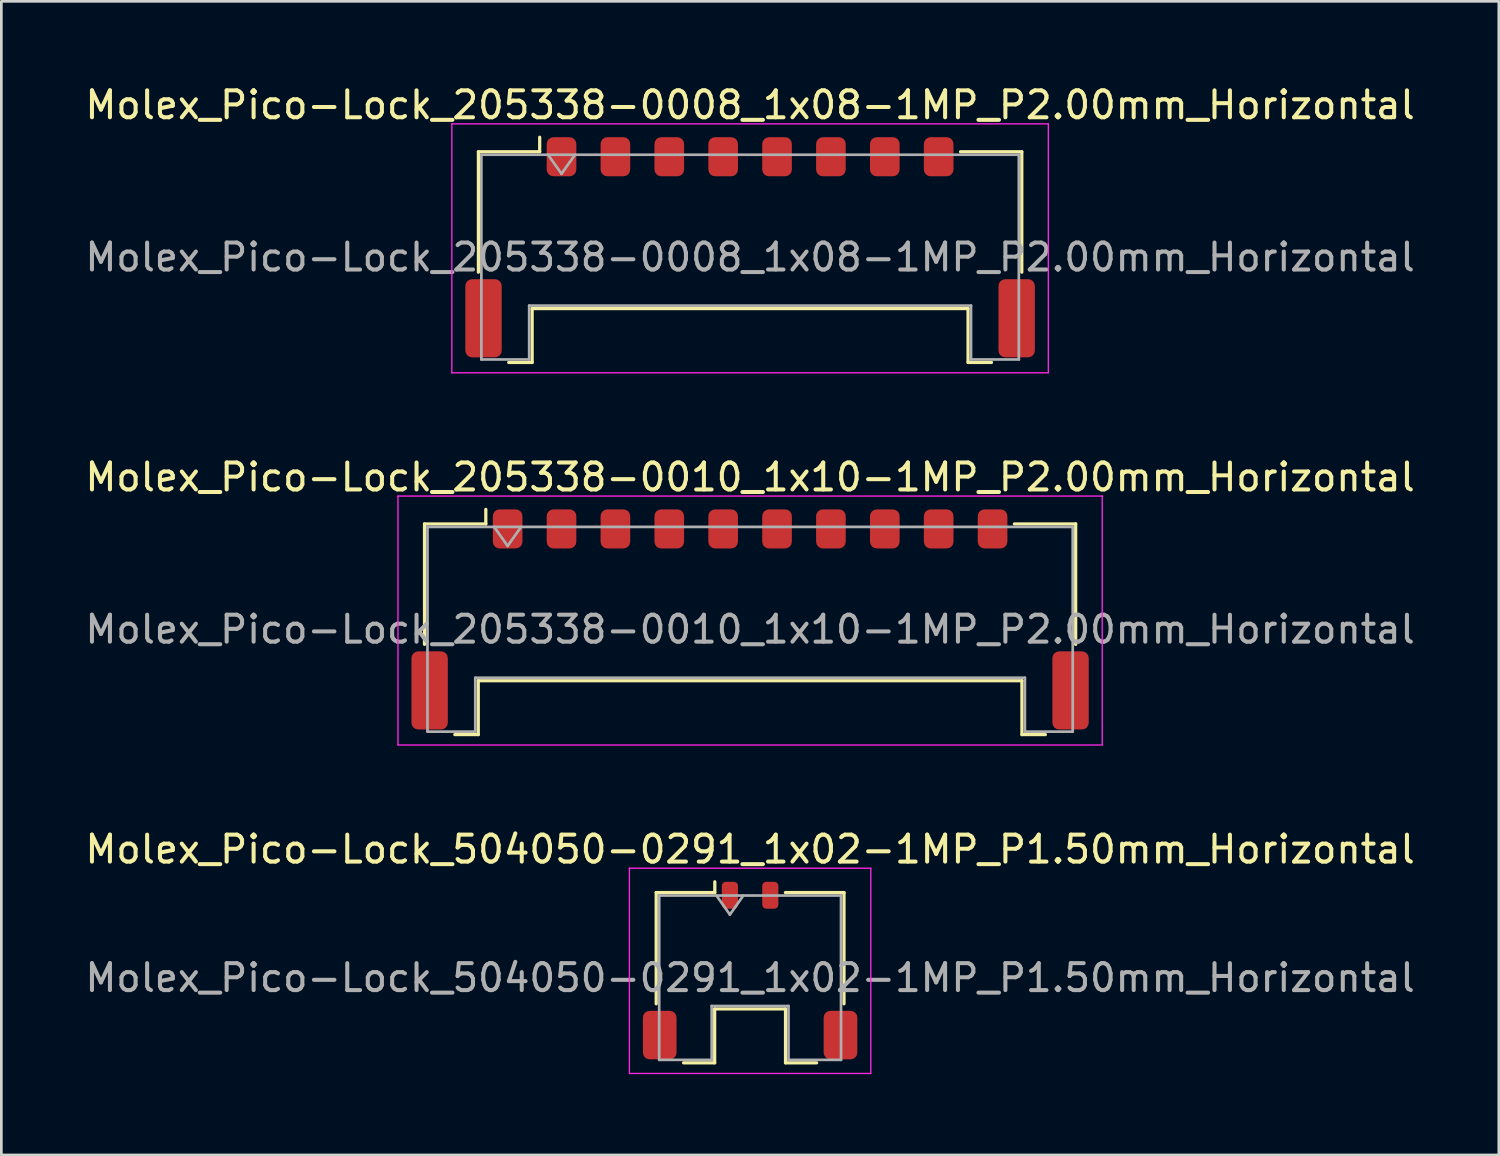
<source format=kicad_pcb>
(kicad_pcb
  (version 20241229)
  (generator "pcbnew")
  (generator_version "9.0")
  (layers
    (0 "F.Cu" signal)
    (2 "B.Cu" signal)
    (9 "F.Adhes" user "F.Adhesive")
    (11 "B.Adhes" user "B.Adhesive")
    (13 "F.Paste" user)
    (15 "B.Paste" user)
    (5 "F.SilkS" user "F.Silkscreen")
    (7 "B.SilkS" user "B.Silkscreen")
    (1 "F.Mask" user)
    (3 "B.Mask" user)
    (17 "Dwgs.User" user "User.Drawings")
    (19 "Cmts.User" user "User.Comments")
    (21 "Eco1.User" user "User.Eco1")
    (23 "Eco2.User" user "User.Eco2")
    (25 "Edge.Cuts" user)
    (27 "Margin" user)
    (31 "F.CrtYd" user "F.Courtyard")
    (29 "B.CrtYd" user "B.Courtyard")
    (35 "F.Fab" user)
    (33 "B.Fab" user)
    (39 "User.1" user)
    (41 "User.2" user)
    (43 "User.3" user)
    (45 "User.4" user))
  (footprint "Molex_Pico-Lock_205338-0010_1x10-1MP_P2.00mm_Horizontal"
    (layer "F.Cu")
    (at 24.792 19.942)
    (property "Reference" "Molex_Pico-Lock_205338-0010_1x10-1MP_P2.00mm_Horizontal" (at 0 -5.28 0) (layer "F.SilkS") (effects (font (size 1 1) (thickness 0.15))))
    (attr smd)
    (fp_line (start -12.085 -3.545) (end -9.81 -3.545) (stroke (width 0.12) (type solid)) (layer "F.SilkS"))
    (fp_line (start -12.085 0.925) (end -12.085 -3.545) (stroke (width 0.12) (type solid)) (layer "F.SilkS"))
    (fp_line (start -10.96 4.275) (end -10.09 4.275) (stroke (width 0.12) (type solid)) (layer "F.SilkS"))
    (fp_line (start -10.09 2.275) (end 10.09 2.275) (stroke (width 0.12) (type solid)) (layer "F.SilkS"))
    (fp_line (start -10.09 4.275) (end -10.09 2.275) (stroke (width 0.12) (type solid)) (layer "F.SilkS"))
    (fp_line (start -9.81 -3.545) (end -9.81 -4.085) (stroke (width 0.12) (type solid)) (layer "F.SilkS"))
    (fp_line (start 10.09 2.275) (end 10.09 4.275) (stroke (width 0.12) (type solid)) (layer "F.SilkS"))
    (fp_line (start 10.09 4.275) (end 10.96 4.275) (stroke (width 0.12) (type solid)) (layer "F.SilkS"))
    (fp_line (start 12.085 -3.545) (end 9.81 -3.545) (stroke (width 0.12) (type solid)) (layer "F.SilkS"))
    (fp_line (start 12.085 0.925) (end 12.085 -3.545) (stroke (width 0.12) (type solid)) (layer "F.SilkS"))
    (fp_line (start -13.07 -4.58) (end -13.07 4.66) (stroke (width 0.05) (type solid)) (layer "F.CrtYd"))
    (fp_line (start -13.07 4.66) (end 13.07 4.66) (stroke (width 0.05) (type solid)) (layer "F.CrtYd"))
    (fp_line (start 13.07 -4.58) (end -13.07 -4.58) (stroke (width 0.05) (type solid)) (layer "F.CrtYd"))
    (fp_line (start 13.07 4.66) (end 13.07 -4.58) (stroke (width 0.05) (type solid)) (layer "F.CrtYd"))
    (fp_line (start -11.975 -3.435) (end -11.975 4.165) (stroke (width 0.1) (type solid)) (layer "F.Fab"))
    (fp_line (start -11.975 -3.435) (end 11.975 -3.435) (stroke (width 0.1) (type solid)) (layer "F.Fab"))
    (fp_line (start -11.975 4.165) (end -10.2 4.165) (stroke (width 0.1) (type solid)) (layer "F.Fab"))
    (fp_line (start -10.2 2.165) (end 10.2 2.165) (stroke (width 0.1) (type solid)) (layer "F.Fab"))
    (fp_line (start -10.2 4.165) (end -10.2 2.165) (stroke (width 0.1) (type solid)) (layer "F.Fab"))
    (fp_line (start -9.5 -3.435) (end -9 -2.728) (stroke (width 0.1) (type solid)) (layer "F.Fab"))
    (fp_line (start -9 -2.728) (end -8.5 -3.435) (stroke (width 0.1) (type solid)) (layer "F.Fab"))
    (fp_line (start 10.2 2.165) (end 10.2 4.165) (stroke (width 0.1) (type solid)) (layer "F.Fab"))
    (fp_line (start 10.2 4.165) (end 11.975 4.165) (stroke (width 0.1) (type solid)) (layer "F.Fab"))
    (fp_line (start 11.975 -3.435) (end 11.975 4.165) (stroke (width 0.1) (type solid)) (layer "F.Fab"))
    (fp_text user "${REFERENCE}" (at 0 0.37 0) (layer "F.Fab") (effects (font (size 1 1) (thickness 0.15))))
    (pad "1" smd roundrect (at -9 -3.36) (size 1.1 1.45) (layers "F.Cu" "F.Mask" "F.Paste") (roundrect_rratio 0.227))
    (pad "2" smd roundrect (at -7 -3.36) (size 1.1 1.45) (layers "F.Cu" "F.Mask" "F.Paste") (roundrect_rratio 0.227))
    (pad "3" smd roundrect (at -5 -3.36) (size 1.1 1.45) (layers "F.Cu" "F.Mask" "F.Paste") (roundrect_rratio 0.227))
    (pad "4" smd roundrect (at -3 -3.36) (size 1.1 1.45) (layers "F.Cu" "F.Mask" "F.Paste") (roundrect_rratio 0.227))
    (pad "5" smd roundrect (at -1 -3.36) (size 1.1 1.45) (layers "F.Cu" "F.Mask" "F.Paste") (roundrect_rratio 0.227))
    (pad "6" smd roundrect (at 1 -3.36) (size 1.1 1.45) (layers "F.Cu" "F.Mask" "F.Paste") (roundrect_rratio 0.227))
    (pad "7" smd roundrect (at 3 -3.36) (size 1.1 1.45) (layers "F.Cu" "F.Mask" "F.Paste") (roundrect_rratio 0.227))
    (pad "8" smd roundrect (at 5 -3.36) (size 1.1 1.45) (layers "F.Cu" "F.Mask" "F.Paste") (roundrect_rratio 0.227))
    (pad "9" smd roundrect (at 7 -3.36) (size 1.1 1.45) (layers "F.Cu" "F.Mask" "F.Paste") (roundrect_rratio 0.227))
    (pad "10" smd roundrect (at 9 -3.36) (size 1.1 1.45) (layers "F.Cu" "F.Mask" "F.Paste") (roundrect_rratio 0.227))
    (pad "MP" smd roundrect (at -11.895 2.635) (size 1.35 2.9) (layers "F.Cu" "F.Mask" "F.Paste") (roundrect_rratio 0.185))
    (pad "MP" smd roundrect (at 11.895 2.635) (size 1.35 2.9) (layers "F.Cu" "F.Mask" "F.Paste") (roundrect_rratio 0.185)))
  (footprint "Molex_Pico-Lock_205338-0008_1x08-1MP_P2.00mm_Horizontal"
    (layer "F.Cu")
    (at 24.792 6.128)
    (property "Reference" "Molex_Pico-Lock_205338-0008_1x08-1MP_P2.00mm_Horizontal" (at 0 -5.28 0) (layer "F.SilkS") (effects (font (size 1 1) (thickness 0.15))))
    (attr smd)
    (fp_line (start -10.085 -3.545) (end -7.81 -3.545) (stroke (width 0.12) (type solid)) (layer "F.SilkS"))
    (fp_line (start -10.085 0.925) (end -10.085 -3.545) (stroke (width 0.12) (type solid)) (layer "F.SilkS"))
    (fp_line (start -8.96 4.275) (end -8.09 4.275) (stroke (width 0.12) (type solid)) (layer "F.SilkS"))
    (fp_line (start -8.09 2.275) (end 8.09 2.275) (stroke (width 0.12) (type solid)) (layer "F.SilkS"))
    (fp_line (start -8.09 4.275) (end -8.09 2.275) (stroke (width 0.12) (type solid)) (layer "F.SilkS"))
    (fp_line (start -7.81 -3.545) (end -7.81 -4.085) (stroke (width 0.12) (type solid)) (layer "F.SilkS"))
    (fp_line (start 8.09 2.275) (end 8.09 4.275) (stroke (width 0.12) (type solid)) (layer "F.SilkS"))
    (fp_line (start 8.09 4.275) (end 8.96 4.275) (stroke (width 0.12) (type solid)) (layer "F.SilkS"))
    (fp_line (start 10.085 -3.545) (end 7.81 -3.545) (stroke (width 0.12) (type solid)) (layer "F.SilkS"))
    (fp_line (start 10.085 0.925) (end 10.085 -3.545) (stroke (width 0.12) (type solid)) (layer "F.SilkS"))
    (fp_line (start -11.07 -4.58) (end -11.07 4.66) (stroke (width 0.05) (type solid)) (layer "F.CrtYd"))
    (fp_line (start -11.07 4.66) (end 11.07 4.66) (stroke (width 0.05) (type solid)) (layer "F.CrtYd"))
    (fp_line (start 11.07 -4.58) (end -11.07 -4.58) (stroke (width 0.05) (type solid)) (layer "F.CrtYd"))
    (fp_line (start 11.07 4.66) (end 11.07 -4.58) (stroke (width 0.05) (type solid)) (layer "F.CrtYd"))
    (fp_line (start -9.975 -3.435) (end -9.975 4.165) (stroke (width 0.1) (type solid)) (layer "F.Fab"))
    (fp_line (start -9.975 -3.435) (end 9.975 -3.435) (stroke (width 0.1) (type solid)) (layer "F.Fab"))
    (fp_line (start -9.975 4.165) (end -8.2 4.165) (stroke (width 0.1) (type solid)) (layer "F.Fab"))
    (fp_line (start -8.2 2.165) (end 8.2 2.165) (stroke (width 0.1) (type solid)) (layer "F.Fab"))
    (fp_line (start -8.2 4.165) (end -8.2 2.165) (stroke (width 0.1) (type solid)) (layer "F.Fab"))
    (fp_line (start -7.5 -3.435) (end -7 -2.728) (stroke (width 0.1) (type solid)) (layer "F.Fab"))
    (fp_line (start -7 -2.728) (end -6.5 -3.435) (stroke (width 0.1) (type solid)) (layer "F.Fab"))
    (fp_line (start 8.2 2.165) (end 8.2 4.165) (stroke (width 0.1) (type solid)) (layer "F.Fab"))
    (fp_line (start 8.2 4.165) (end 9.975 4.165) (stroke (width 0.1) (type solid)) (layer "F.Fab"))
    (fp_line (start 9.975 -3.435) (end 9.975 4.165) (stroke (width 0.1) (type solid)) (layer "F.Fab"))
    (fp_text user "${REFERENCE}" (at 0 0.37 0) (layer "F.Fab") (effects (font (size 1 1) (thickness 0.15))))
    (pad "1" smd roundrect (at -7 -3.36) (size 1.1 1.45) (layers "F.Cu" "F.Mask" "F.Paste") (roundrect_rratio 0.227))
    (pad "2" smd roundrect (at -5 -3.36) (size 1.1 1.45) (layers "F.Cu" "F.Mask" "F.Paste") (roundrect_rratio 0.227))
    (pad "3" smd roundrect (at -3 -3.36) (size 1.1 1.45) (layers "F.Cu" "F.Mask" "F.Paste") (roundrect_rratio 0.227))
    (pad "4" smd roundrect (at -1 -3.36) (size 1.1 1.45) (layers "F.Cu" "F.Mask" "F.Paste") (roundrect_rratio 0.227))
    (pad "5" smd roundrect (at 1 -3.36) (size 1.1 1.45) (layers "F.Cu" "F.Mask" "F.Paste") (roundrect_rratio 0.227))
    (pad "6" smd roundrect (at 3 -3.36) (size 1.1 1.45) (layers "F.Cu" "F.Mask" "F.Paste") (roundrect_rratio 0.227))
    (pad "7" smd roundrect (at 5 -3.36) (size 1.1 1.45) (layers "F.Cu" "F.Mask" "F.Paste") (roundrect_rratio 0.227))
    (pad "8" smd roundrect (at 7 -3.36) (size 1.1 1.45) (layers "F.Cu" "F.Mask" "F.Paste") (roundrect_rratio 0.227))
    (pad "MP" smd roundrect (at -9.895 2.635) (size 1.35 2.9) (layers "F.Cu" "F.Mask" "F.Paste") (roundrect_rratio 0.185))
    (pad "MP" smd roundrect (at 9.895 2.635) (size 1.35 2.9) (layers "F.Cu" "F.Mask" "F.Paste") (roundrect_rratio 0.185)))
  (footprint "Molex_Pico-Lock_504050-0291_1x02-1MP_P1.50mm_Horizontal"
    (layer "F.Cu")
    (at 24.792 32.975)
    (property "Reference" "Molex_Pico-Lock_504050-0291_1x02-1MP_P1.50mm_Horizontal" (at 0 -4.5 0) (layer "F.SilkS") (effects (font (size 1 1) (thickness 0.15))))
    (attr smd)
    (fp_line (start -3.485 -2.895) (end -1.31 -2.895) (stroke (width 0.12) (type solid)) (layer "F.SilkS"))
    (fp_line (start -3.485 1.235) (end -3.485 -2.895) (stroke (width 0.12) (type solid)) (layer "F.SilkS"))
    (fp_line (start -2.47 3.425) (end -1.315 3.425) (stroke (width 0.12) (type solid)) (layer "F.SilkS"))
    (fp_line (start -1.315 1.425) (end 1.315 1.425) (stroke (width 0.12) (type solid)) (layer "F.SilkS"))
    (fp_line (start -1.315 3.425) (end -1.315 1.425) (stroke (width 0.12) (type solid)) (layer "F.SilkS"))
    (fp_line (start -1.31 -2.895) (end -1.31 -3.295) (stroke (width 0.12) (type solid)) (layer "F.SilkS"))
    (fp_line (start 1.315 1.425) (end 1.315 3.425) (stroke (width 0.12) (type solid)) (layer "F.SilkS"))
    (fp_line (start 1.315 3.425) (end 2.47 3.425) (stroke (width 0.12) (type solid)) (layer "F.SilkS"))
    (fp_line (start 3.485 -2.895) (end 1.31 -2.895) (stroke (width 0.12) (type solid)) (layer "F.SilkS"))
    (fp_line (start 3.485 1.235) (end 3.485 -2.895) (stroke (width 0.12) (type solid)) (layer "F.SilkS"))
    (fp_line (start -4.48 -3.8) (end -4.48 3.82) (stroke (width 0.05) (type solid)) (layer "F.CrtYd"))
    (fp_line (start -4.48 3.82) (end 4.48 3.82) (stroke (width 0.05) (type solid)) (layer "F.CrtYd"))
    (fp_line (start 4.48 -3.8) (end -4.48 -3.8) (stroke (width 0.05) (type solid)) (layer "F.CrtYd"))
    (fp_line (start 4.48 3.82) (end 4.48 -3.8) (stroke (width 0.05) (type solid)) (layer "F.CrtYd"))
    (fp_line (start -3.375 -2.785) (end -3.375 3.315) (stroke (width 0.1) (type solid)) (layer "F.Fab"))
    (fp_line (start -3.375 -2.785) (end 3.375 -2.785) (stroke (width 0.1) (type solid)) (layer "F.Fab"))
    (fp_line (start -3.375 3.315) (end -1.425 3.315) (stroke (width 0.1) (type solid)) (layer "F.Fab"))
    (fp_line (start -1.425 1.315) (end 1.425 1.315) (stroke (width 0.1) (type solid)) (layer "F.Fab"))
    (fp_line (start -1.425 3.315) (end -1.425 1.315) (stroke (width 0.1) (type solid)) (layer "F.Fab"))
    (fp_line (start -1.25 -2.785) (end -0.75 -2.078) (stroke (width 0.1) (type solid)) (layer "F.Fab"))
    (fp_line (start -0.75 -2.078) (end -0.25 -2.785) (stroke (width 0.1) (type solid)) (layer "F.Fab"))
    (fp_line (start 1.425 1.315) (end 1.425 3.315) (stroke (width 0.1) (type solid)) (layer "F.Fab"))
    (fp_line (start 1.425 3.315) (end 3.375 3.315) (stroke (width 0.1) (type solid)) (layer "F.Fab"))
    (fp_line (start 3.375 -2.785) (end 3.375 3.315) (stroke (width 0.1) (type solid)) (layer "F.Fab"))
    (fp_text user "${REFERENCE}" (at 0 0.27 0) (layer "F.Fab") (effects (font (size 1 1) (thickness 0.15))))
    (pad "1" smd roundrect (at -0.75 -2.795) (size 0.6 1) (layers "F.Cu" "F.Mask" "F.Paste") (roundrect_rratio 0.25))
    (pad "2" smd roundrect (at 0.75 -2.795) (size 0.6 1) (layers "F.Cu" "F.Mask" "F.Paste") (roundrect_rratio 0.25))
    (pad "MP" smd roundrect (at -3.355 2.395) (size 1.25 1.8) (layers "F.Cu" "F.Mask" "F.Paste") (roundrect_rratio 0.2))
    (pad "MP" smd roundrect (at 3.355 2.395) (size 1.25 1.8) (layers "F.Cu" "F.Mask" "F.Paste") (roundrect_rratio 0.2)))
  (gr_rect
    (start -3 -3)
    (end 52.583 39.82)
    (stroke (width 0.1) (type default))
    (fill no)
    (layer "Edge.Cuts")))
</source>
